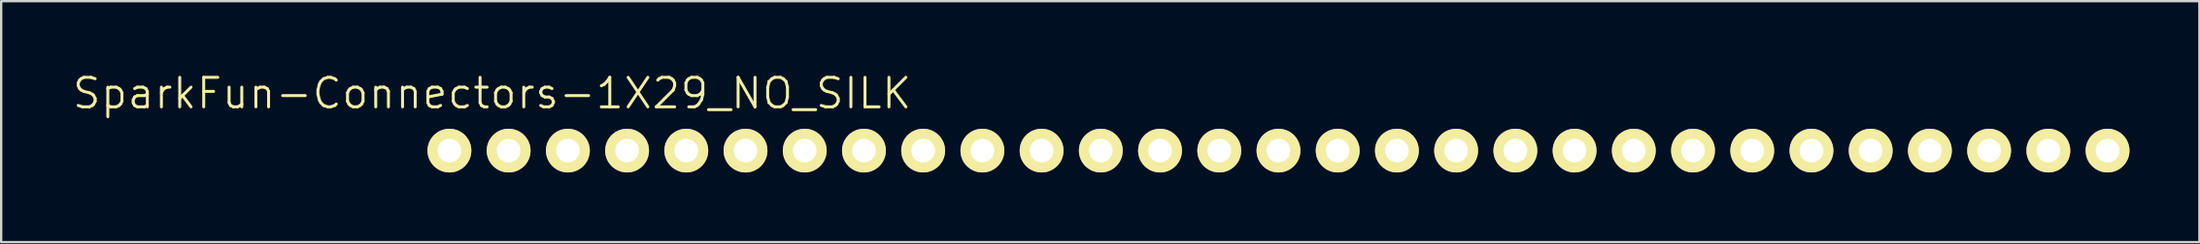
<source format=kicad_pcb>
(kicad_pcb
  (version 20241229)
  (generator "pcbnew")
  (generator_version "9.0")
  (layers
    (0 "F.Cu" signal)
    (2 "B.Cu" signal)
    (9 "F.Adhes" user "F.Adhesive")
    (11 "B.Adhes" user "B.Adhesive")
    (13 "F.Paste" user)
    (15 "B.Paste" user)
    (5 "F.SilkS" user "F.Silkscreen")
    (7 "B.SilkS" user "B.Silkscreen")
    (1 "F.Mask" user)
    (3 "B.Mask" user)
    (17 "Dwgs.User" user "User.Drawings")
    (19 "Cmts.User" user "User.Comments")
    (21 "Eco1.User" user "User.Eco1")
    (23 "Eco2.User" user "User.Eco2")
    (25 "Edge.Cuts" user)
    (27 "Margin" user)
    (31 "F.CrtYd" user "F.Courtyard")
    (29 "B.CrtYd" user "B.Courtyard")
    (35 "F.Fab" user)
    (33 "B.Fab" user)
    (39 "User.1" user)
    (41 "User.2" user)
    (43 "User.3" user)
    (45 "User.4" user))
  (footprint "SparkFun-Connectors-1X29_NO_SILK"
    (layer "F.Cu")
    (at 16.226 3.43)
    (property "Reference" "SparkFun-Connectors-1X29_NO_SILK" (at 1.829 -2.464 0) (layer "F.SilkS") (effects (font (size 1.27 1.27) (thickness 0.127))))
    (attr exclude_from_pos_files exclude_from_bom)
    (fp_line (start -0.254 -0.254) (end 0.254 -0.254) (stroke (width 0.066) (type solid)) (layer "F.SilkS"))
    (fp_line (start -0.254 0.254) (end -0.254 -0.254) (stroke (width 0.066) (type solid)) (layer "F.SilkS"))
    (fp_line (start -0.254 0.254) (end 0.254 0.254) (stroke (width 0.066) (type solid)) (layer "F.SilkS"))
    (fp_line (start 0.254 0.254) (end 0.254 -0.254) (stroke (width 0.066) (type solid)) (layer "F.SilkS"))
    (fp_line (start 2.286 -0.254) (end 2.794 -0.254) (stroke (width 0.066) (type solid)) (layer "F.SilkS"))
    (fp_line (start 2.286 0.254) (end 2.286 -0.254) (stroke (width 0.066) (type solid)) (layer "F.SilkS"))
    (fp_line (start 2.286 0.254) (end 2.794 0.254) (stroke (width 0.066) (type solid)) (layer "F.SilkS"))
    (fp_line (start 2.794 0.254) (end 2.794 -0.254) (stroke (width 0.066) (type solid)) (layer "F.SilkS"))
    (fp_line (start 4.826 -0.254) (end 5.334 -0.254) (stroke (width 0.066) (type solid)) (layer "F.SilkS"))
    (fp_line (start 4.826 0.254) (end 4.826 -0.254) (stroke (width 0.066) (type solid)) (layer "F.SilkS"))
    (fp_line (start 4.826 0.254) (end 5.334 0.254) (stroke (width 0.066) (type solid)) (layer "F.SilkS"))
    (fp_line (start 5.334 0.254) (end 5.334 -0.254) (stroke (width 0.066) (type solid)) (layer "F.SilkS"))
    (fp_line (start 7.366 -0.254) (end 7.874 -0.254) (stroke (width 0.066) (type solid)) (layer "F.SilkS"))
    (fp_line (start 7.366 0.254) (end 7.366 -0.254) (stroke (width 0.066) (type solid)) (layer "F.SilkS"))
    (fp_line (start 7.366 0.254) (end 7.874 0.254) (stroke (width 0.066) (type solid)) (layer "F.SilkS"))
    (fp_line (start 7.874 0.254) (end 7.874 -0.254) (stroke (width 0.066) (type solid)) (layer "F.SilkS"))
    (fp_line (start 9.906 -0.254) (end 10.414 -0.254) (stroke (width 0.066) (type solid)) (layer "F.SilkS"))
    (fp_line (start 9.906 0.254) (end 9.906 -0.254) (stroke (width 0.066) (type solid)) (layer "F.SilkS"))
    (fp_line (start 9.906 0.254) (end 10.414 0.254) (stroke (width 0.066) (type solid)) (layer "F.SilkS"))
    (fp_line (start 10.414 0.254) (end 10.414 -0.254) (stroke (width 0.066) (type solid)) (layer "F.SilkS"))
    (fp_line (start 12.446 -0.254) (end 12.954 -0.254) (stroke (width 0.066) (type solid)) (layer "F.SilkS"))
    (fp_line (start 12.446 0.254) (end 12.446 -0.254) (stroke (width 0.066) (type solid)) (layer "F.SilkS"))
    (fp_line (start 12.446 0.254) (end 12.954 0.254) (stroke (width 0.066) (type solid)) (layer "F.SilkS"))
    (fp_line (start 12.954 0.254) (end 12.954 -0.254) (stroke (width 0.066) (type solid)) (layer "F.SilkS"))
    (fp_line (start 14.986 -0.254) (end 15.494 -0.254) (stroke (width 0.066) (type solid)) (layer "F.SilkS"))
    (fp_line (start 14.986 0.254) (end 14.986 -0.254) (stroke (width 0.066) (type solid)) (layer "F.SilkS"))
    (fp_line (start 14.986 0.254) (end 15.494 0.254) (stroke (width 0.066) (type solid)) (layer "F.SilkS"))
    (fp_line (start 15.494 0.254) (end 15.494 -0.254) (stroke (width 0.066) (type solid)) (layer "F.SilkS"))
    (fp_line (start 17.523 -0.254) (end 18.034 -0.254) (stroke (width 0.066) (type solid)) (layer "F.SilkS"))
    (fp_line (start 17.523 0.254) (end 17.523 -0.254) (stroke (width 0.066) (type solid)) (layer "F.SilkS"))
    (fp_line (start 17.523 0.254) (end 18.034 0.254) (stroke (width 0.066) (type solid)) (layer "F.SilkS"))
    (fp_line (start 18.034 0.254) (end 18.034 -0.254) (stroke (width 0.066) (type solid)) (layer "F.SilkS"))
    (fp_line (start 20.066 -0.254) (end 20.574 -0.254) (stroke (width 0.066) (type solid)) (layer "F.SilkS"))
    (fp_line (start 20.066 0.254) (end 20.066 -0.254) (stroke (width 0.066) (type solid)) (layer "F.SilkS"))
    (fp_line (start 20.066 0.254) (end 20.574 0.254) (stroke (width 0.066) (type solid)) (layer "F.SilkS"))
    (fp_line (start 20.574 0.254) (end 20.574 -0.254) (stroke (width 0.066) (type solid)) (layer "F.SilkS"))
    (fp_line (start 22.606 -0.254) (end 23.114 -0.254) (stroke (width 0.066) (type solid)) (layer "F.SilkS"))
    (fp_line (start 22.606 0.254) (end 22.606 -0.254) (stroke (width 0.066) (type solid)) (layer "F.SilkS"))
    (fp_line (start 22.606 0.254) (end 23.114 0.254) (stroke (width 0.066) (type solid)) (layer "F.SilkS"))
    (fp_line (start 23.114 0.254) (end 23.114 -0.254) (stroke (width 0.066) (type solid)) (layer "F.SilkS"))
    (fp_line (start 25.146 -0.254) (end 25.654 -0.254) (stroke (width 0.066) (type solid)) (layer "F.SilkS"))
    (fp_line (start 25.146 0.254) (end 25.146 -0.254) (stroke (width 0.066) (type solid)) (layer "F.SilkS"))
    (fp_line (start 25.146 0.254) (end 25.654 0.254) (stroke (width 0.066) (type solid)) (layer "F.SilkS"))
    (fp_line (start 25.654 0.254) (end 25.654 -0.254) (stroke (width 0.066) (type solid)) (layer "F.SilkS"))
    (fp_line (start 27.686 -0.254) (end 28.194 -0.254) (stroke (width 0.066) (type solid)) (layer "F.SilkS"))
    (fp_line (start 27.686 0.254) (end 27.686 -0.254) (stroke (width 0.066) (type solid)) (layer "F.SilkS"))
    (fp_line (start 27.686 0.254) (end 28.194 0.254) (stroke (width 0.066) (type solid)) (layer "F.SilkS"))
    (fp_line (start 28.194 0.254) (end 28.194 -0.254) (stroke (width 0.066) (type solid)) (layer "F.SilkS"))
    (fp_line (start 30.226 -0.254) (end 30.734 -0.254) (stroke (width 0.066) (type solid)) (layer "F.SilkS"))
    (fp_line (start 30.226 0.254) (end 30.226 -0.254) (stroke (width 0.066) (type solid)) (layer "F.SilkS"))
    (fp_line (start 30.226 0.254) (end 30.734 0.254) (stroke (width 0.066) (type solid)) (layer "F.SilkS"))
    (fp_line (start 30.734 0.254) (end 30.734 -0.254) (stroke (width 0.066) (type solid)) (layer "F.SilkS"))
    (fp_line (start 32.766 -0.254) (end 33.274 -0.254) (stroke (width 0.066) (type solid)) (layer "F.SilkS"))
    (fp_line (start 32.766 0.254) (end 32.766 -0.254) (stroke (width 0.066) (type solid)) (layer "F.SilkS"))
    (fp_line (start 32.766 0.254) (end 33.274 0.254) (stroke (width 0.066) (type solid)) (layer "F.SilkS"))
    (fp_line (start 33.274 0.254) (end 33.274 -0.254) (stroke (width 0.066) (type solid)) (layer "F.SilkS"))
    (fp_line (start 35.303 -0.254) (end 35.814 -0.254) (stroke (width 0.066) (type solid)) (layer "F.SilkS"))
    (fp_line (start 35.303 0.254) (end 35.303 -0.254) (stroke (width 0.066) (type solid)) (layer "F.SilkS"))
    (fp_line (start 35.303 0.254) (end 35.814 0.254) (stroke (width 0.066) (type solid)) (layer "F.SilkS"))
    (fp_line (start 35.814 0.254) (end 35.814 -0.254) (stroke (width 0.066) (type solid)) (layer "F.SilkS"))
    (fp_line (start 37.846 -0.254) (end 38.354 -0.254) (stroke (width 0.066) (type solid)) (layer "F.SilkS"))
    (fp_line (start 37.846 0.254) (end 37.846 -0.254) (stroke (width 0.066) (type solid)) (layer "F.SilkS"))
    (fp_line (start 37.846 0.254) (end 38.354 0.254) (stroke (width 0.066) (type solid)) (layer "F.SilkS"))
    (fp_line (start 38.354 0.254) (end 38.354 -0.254) (stroke (width 0.066) (type solid)) (layer "F.SilkS"))
    (fp_line (start 40.386 -0.254) (end 40.894 -0.254) (stroke (width 0.066) (type solid)) (layer "F.SilkS"))
    (fp_line (start 40.386 0.254) (end 40.386 -0.254) (stroke (width 0.066) (type solid)) (layer "F.SilkS"))
    (fp_line (start 40.386 0.254) (end 40.894 0.254) (stroke (width 0.066) (type solid)) (layer "F.SilkS"))
    (fp_line (start 40.894 0.254) (end 40.894 -0.254) (stroke (width 0.066) (type solid)) (layer "F.SilkS"))
    (fp_line (start 42.926 -0.254) (end 43.434 -0.254) (stroke (width 0.066) (type solid)) (layer "F.SilkS"))
    (fp_line (start 42.926 0.254) (end 42.926 -0.254) (stroke (width 0.066) (type solid)) (layer "F.SilkS"))
    (fp_line (start 42.926 0.254) (end 43.434 0.254) (stroke (width 0.066) (type solid)) (layer "F.SilkS"))
    (fp_line (start 43.434 0.254) (end 43.434 -0.254) (stroke (width 0.066) (type solid)) (layer "F.SilkS"))
    (fp_line (start 45.466 -0.254) (end 45.974 -0.254) (stroke (width 0.066) (type solid)) (layer "F.SilkS"))
    (fp_line (start 45.466 0.254) (end 45.466 -0.254) (stroke (width 0.066) (type solid)) (layer "F.SilkS"))
    (fp_line (start 45.466 0.254) (end 45.974 0.254) (stroke (width 0.066) (type solid)) (layer "F.SilkS"))
    (fp_line (start 45.974 0.254) (end 45.974 -0.254) (stroke (width 0.066) (type solid)) (layer "F.SilkS"))
    (fp_line (start 48.006 -0.254) (end 48.514 -0.254) (stroke (width 0.066) (type solid)) (layer "F.SilkS"))
    (fp_line (start 48.006 0.254) (end 48.006 -0.254) (stroke (width 0.066) (type solid)) (layer "F.SilkS"))
    (fp_line (start 48.006 0.254) (end 48.514 0.254) (stroke (width 0.066) (type solid)) (layer "F.SilkS"))
    (fp_line (start 48.514 0.254) (end 48.514 -0.254) (stroke (width 0.066) (type solid)) (layer "F.SilkS"))
    (fp_line (start 50.546 -0.254) (end 51.051 -0.254) (stroke (width 0.066) (type solid)) (layer "F.SilkS"))
    (fp_line (start 50.546 0.254) (end 50.546 -0.254) (stroke (width 0.066) (type solid)) (layer "F.SilkS"))
    (fp_line (start 50.546 0.254) (end 51.051 0.254) (stroke (width 0.066) (type solid)) (layer "F.SilkS"))
    (fp_line (start 51.051 0.254) (end 51.051 -0.254) (stroke (width 0.066) (type solid)) (layer "F.SilkS"))
    (fp_line (start 53.086 -0.254) (end 53.594 -0.254) (stroke (width 0.066) (type solid)) (layer "F.SilkS"))
    (fp_line (start 53.086 0.254) (end 53.086 -0.254) (stroke (width 0.066) (type solid)) (layer "F.SilkS"))
    (fp_line (start 53.086 0.254) (end 53.594 0.254) (stroke (width 0.066) (type solid)) (layer "F.SilkS"))
    (fp_line (start 53.594 0.254) (end 53.594 -0.254) (stroke (width 0.066) (type solid)) (layer "F.SilkS"))
    (fp_line (start 55.626 -0.254) (end 56.134 -0.254) (stroke (width 0.066) (type solid)) (layer "F.SilkS"))
    (fp_line (start 55.626 0.254) (end 55.626 -0.254) (stroke (width 0.066) (type solid)) (layer "F.SilkS"))
    (fp_line (start 55.626 0.254) (end 56.134 0.254) (stroke (width 0.066) (type solid)) (layer "F.SilkS"))
    (fp_line (start 56.134 0.254) (end 56.134 -0.254) (stroke (width 0.066) (type solid)) (layer "F.SilkS"))
    (fp_line (start 58.166 -0.254) (end 58.674 -0.254) (stroke (width 0.066) (type solid)) (layer "F.SilkS"))
    (fp_line (start 58.166 0.254) (end 58.166 -0.254) (stroke (width 0.066) (type solid)) (layer "F.SilkS"))
    (fp_line (start 58.166 0.254) (end 58.674 0.254) (stroke (width 0.066) (type solid)) (layer "F.SilkS"))
    (fp_line (start 58.674 0.254) (end 58.674 -0.254) (stroke (width 0.066) (type solid)) (layer "F.SilkS"))
    (fp_line (start 60.706 -0.254) (end 61.214 -0.254) (stroke (width 0.066) (type solid)) (layer "F.SilkS"))
    (fp_line (start 60.706 0.254) (end 60.706 -0.254) (stroke (width 0.066) (type solid)) (layer "F.SilkS"))
    (fp_line (start 60.706 0.254) (end 61.214 0.254) (stroke (width 0.066) (type solid)) (layer "F.SilkS"))
    (fp_line (start 61.214 0.254) (end 61.214 -0.254) (stroke (width 0.066) (type solid)) (layer "F.SilkS"))
    (fp_line (start 63.246 -0.254) (end 63.751 -0.254) (stroke (width 0.066) (type solid)) (layer "F.SilkS"))
    (fp_line (start 63.246 0.254) (end 63.246 -0.254) (stroke (width 0.066) (type solid)) (layer "F.SilkS"))
    (fp_line (start 63.246 0.254) (end 63.751 0.254) (stroke (width 0.066) (type solid)) (layer "F.SilkS"))
    (fp_line (start 63.751 0.254) (end 63.751 -0.254) (stroke (width 0.066) (type solid)) (layer "F.SilkS"))
    (fp_line (start 65.786 -0.254) (end 66.294 -0.254) (stroke (width 0.066) (type solid)) (layer "F.SilkS"))
    (fp_line (start 65.786 0.254) (end 65.786 -0.254) (stroke (width 0.066) (type solid)) (layer "F.SilkS"))
    (fp_line (start 65.786 0.254) (end 66.294 0.254) (stroke (width 0.066) (type solid)) (layer "F.SilkS"))
    (fp_line (start 66.294 0.254) (end 66.294 -0.254) (stroke (width 0.066) (type solid)) (layer "F.SilkS"))
    (fp_line (start 68.326 -0.254) (end 68.834 -0.254) (stroke (width 0.066) (type solid)) (layer "F.SilkS"))
    (fp_line (start 68.326 0.254) (end 68.326 -0.254) (stroke (width 0.066) (type solid)) (layer "F.SilkS"))
    (fp_line (start 68.326 0.254) (end 68.834 0.254) (stroke (width 0.066) (type solid)) (layer "F.SilkS"))
    (fp_line (start 68.834 0.254) (end 68.834 -0.254) (stroke (width 0.066) (type solid)) (layer "F.SilkS"))
    (fp_line (start 70.866 -0.254) (end 71.374 -0.254) (stroke (width 0.066) (type solid)) (layer "F.SilkS"))
    (fp_line (start 70.866 0.254) (end 70.866 -0.254) (stroke (width 0.066) (type solid)) (layer "F.SilkS"))
    (fp_line (start 70.866 0.254) (end 71.374 0.254) (stroke (width 0.066) (type solid)) (layer "F.SilkS"))
    (fp_line (start 71.374 0.254) (end 71.374 -0.254) (stroke (width 0.066) (type solid)) (layer "F.SilkS"))
    (pad "1" thru_hole circle (at 0 0) (size 1.88 1.88) (drill 1.016) (layers "*.Cu" "F.Mask" "F.SilkS" "F.Paste"))
    (pad "2" thru_hole circle (at 2.54 0) (size 1.88 1.88) (drill 1.016) (layers "*.Cu" "F.Mask" "F.SilkS" "F.Paste"))
    (pad "3" thru_hole circle (at 5.08 0) (size 1.88 1.88) (drill 1.016) (layers "*.Cu" "F.Mask" "F.SilkS" "F.Paste"))
    (pad "4" thru_hole circle (at 7.62 0) (size 1.88 1.88) (drill 1.016) (layers "*.Cu" "F.Mask" "F.SilkS" "F.Paste"))
    (pad "5" thru_hole circle (at 10.16 0) (size 1.88 1.88) (drill 1.016) (layers "*.Cu" "F.Mask" "F.SilkS" "F.Paste"))
    (pad "6" thru_hole circle (at 12.7 0) (size 1.88 1.88) (drill 1.016) (layers "*.Cu" "F.Mask" "F.SilkS" "F.Paste"))
    (pad "7" thru_hole circle (at 15.24 0) (size 1.88 1.88) (drill 1.016) (layers "*.Cu" "F.Mask" "F.SilkS" "F.Paste"))
    (pad "8" thru_hole circle (at 17.78 0) (size 1.88 1.88) (drill 1.016) (layers "*.Cu" "F.Mask" "F.SilkS" "F.Paste"))
    (pad "9" thru_hole circle (at 20.32 0) (size 1.88 1.88) (drill 1.016) (layers "*.Cu" "F.Mask" "F.SilkS" "F.Paste"))
    (pad "10" thru_hole circle (at 22.86 0) (size 1.88 1.88) (drill 1.016) (layers "*.Cu" "F.Mask" "F.SilkS" "F.Paste"))
    (pad "11" thru_hole circle (at 25.4 0) (size 1.88 1.88) (drill 1.016) (layers "*.Cu" "F.Mask" "F.SilkS" "F.Paste"))
    (pad "12" thru_hole circle (at 27.94 0) (size 1.88 1.88) (drill 1.016) (layers "*.Cu" "F.Mask" "F.SilkS" "F.Paste"))
    (pad "13" thru_hole circle (at 30.48 0) (size 1.88 1.88) (drill 1.016) (layers "*.Cu" "F.Mask" "F.SilkS" "F.Paste"))
    (pad "14" thru_hole circle (at 33.02 0) (size 1.88 1.88) (drill 1.016) (layers "*.Cu" "F.Mask" "F.SilkS" "F.Paste"))
    (pad "15" thru_hole circle (at 35.56 0) (size 1.88 1.88) (drill 1.016) (layers "*.Cu" "F.Mask" "F.SilkS" "F.Paste"))
    (pad "16" thru_hole circle (at 38.1 0) (size 1.88 1.88) (drill 1.016) (layers "*.Cu" "F.Mask" "F.SilkS" "F.Paste"))
    (pad "17" thru_hole circle (at 40.64 0) (size 1.88 1.88) (drill 1.016) (layers "*.Cu" "F.Mask" "F.SilkS" "F.Paste"))
    (pad "18" thru_hole circle (at 43.18 0) (size 1.88 1.88) (drill 1.016) (layers "*.Cu" "F.Mask" "F.SilkS" "F.Paste"))
    (pad "19" thru_hole circle (at 45.72 0) (size 1.88 1.88) (drill 1.016) (layers "*.Cu" "F.Mask" "F.SilkS" "F.Paste"))
    (pad "20" thru_hole circle (at 48.26 0) (size 1.88 1.88) (drill 1.016) (layers "*.Cu" "F.Mask" "F.SilkS" "F.Paste"))
    (pad "21" thru_hole circle (at 50.8 0) (size 1.88 1.88) (drill 1.016) (layers "*.Cu" "F.Mask" "F.SilkS" "F.Paste"))
    (pad "22" thru_hole circle (at 53.34 0) (size 1.88 1.88) (drill 1.016) (layers "*.Cu" "F.Mask" "F.SilkS" "F.Paste"))
    (pad "23" thru_hole circle (at 55.88 0) (size 1.88 1.88) (drill 1.016) (layers "*.Cu" "F.Mask" "F.SilkS" "F.Paste"))
    (pad "24" thru_hole circle (at 58.42 0) (size 1.88 1.88) (drill 1.016) (layers "*.Cu" "F.Mask" "F.SilkS" "F.Paste"))
    (pad "25" thru_hole circle (at 60.96 0) (size 1.88 1.88) (drill 1.016) (layers "*.Cu" "F.Mask" "F.SilkS" "F.Paste"))
    (pad "26" thru_hole circle (at 63.5 0) (size 1.88 1.88) (drill 1.016) (layers "*.Cu" "F.Mask" "F.SilkS" "F.Paste"))
    (pad "27" thru_hole circle (at 66.04 0) (size 1.88 1.88) (drill 1.016) (layers "*.Cu" "F.Mask" "F.SilkS" "F.Paste"))
    (pad "28" thru_hole circle (at 68.58 0) (size 1.88 1.88) (drill 1.016) (layers "*.Cu" "F.Mask" "F.SilkS" "F.Paste"))
    (pad "29" thru_hole circle (at 71.12 0) (size 1.88 1.88) (drill 1.016) (layers "*.Cu" "F.Mask" "F.SilkS" "F.Paste")))
  (gr_rect
    (start -3 -3)
    (end 91.286 7.369)
    (stroke (width 0.1) (type default))
    (fill no)
    (layer "Edge.Cuts")))
</source>
